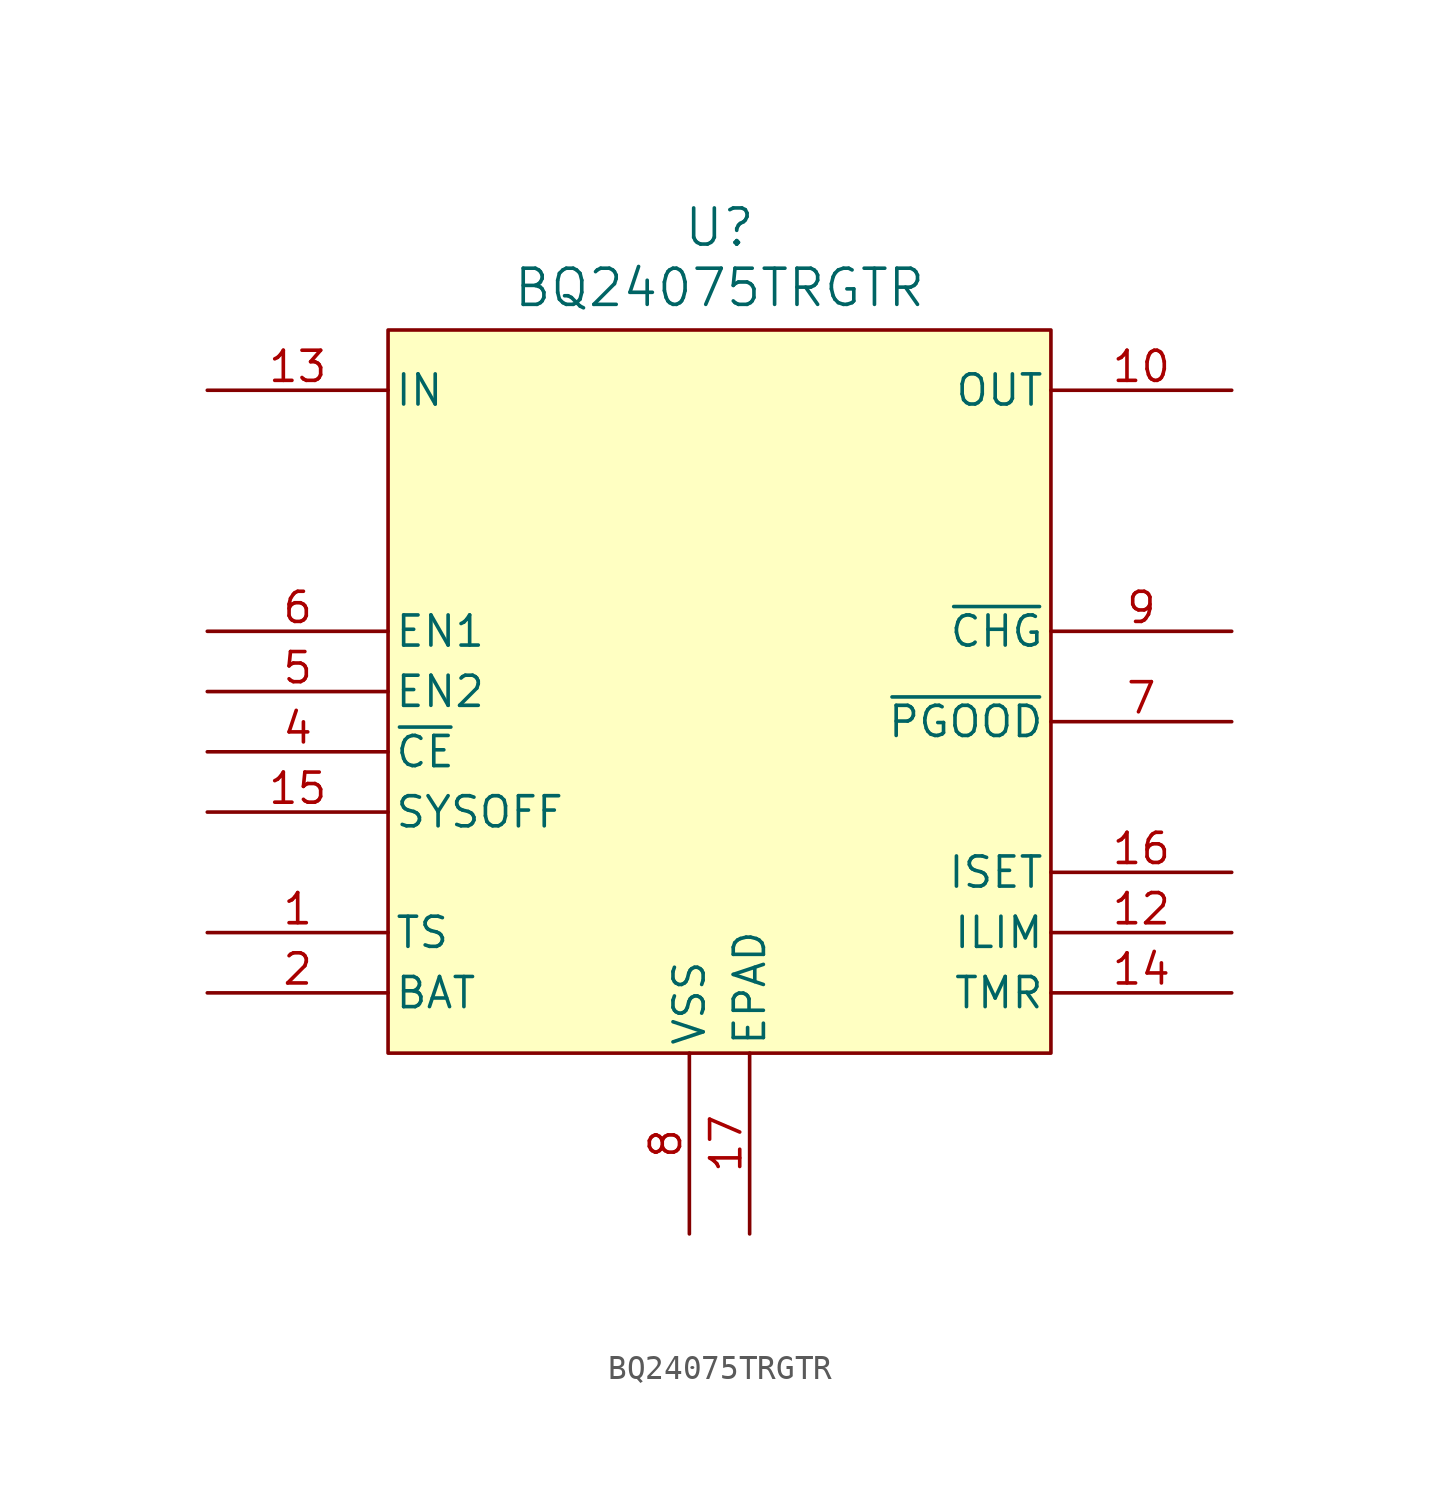
<source format=kicad_sym>
(kicad_symbol_lib
  (version 20231120)
  (generator "kicad_symbol_editor")
  (generator_version "8.0")
  (symbol "BQ24075TRGTR"
    (pin_names
      (offset 0.254))
    (property "Reference" "U"
      (at 0 17.018 0)
      (effects (font (size 1.524 1.524))))
    (property "Value" "BQ24075TRGTR"
      (at 0 14.478 0)
      (effects (font (size 1.524 1.524))))
    (property "ki_locked" ""
      (at 0 0 0)
      (effects (font (size 1.27 1.27))))
    (symbol "BQ24075TRGTR_0_1"
      (pin bidirectional line (at -21.59 -12.7 0) (length 7.62) (name "TS" (effects (font (size 1.27 1.27)))) (number "1" (effects (font (size 1.27 1.27)))))
      (pin output line (at 21.59 10.16 180) (length 7.62) (name "OUT" (effects (font (size 1.27 1.27)))) (number "10" (effects (font (size 1.27 1.27)))))
      (pin output line (at 21.59 -12.7 180) (length 7.62) (name "ILIM" (effects (font (size 1.27 1.27)))) (number "12" (effects (font (size 1.27 1.27)))))
      (pin input line (at -21.59 10.16 0) (length 7.62) (name "IN" (effects (font (size 1.27 1.27)))) (number "13" (effects (font (size 1.27 1.27)))))
      (pin input line (at 21.59 -15.24 180) (length 7.62) (name "TMR" (effects (font (size 1.27 1.27)))) (number "14" (effects (font (size 1.27 1.27)))))
      (pin input line (at -21.59 -7.62 0) (length 7.62) (name "SYSOFF" (effects (font (size 1.27 1.27)))) (number "15" (effects (font (size 1.27 1.27)))))
      (pin bidirectional line (at 21.59 -10.16 180) (length 7.62) (name "ISET" (effects (font (size 1.27 1.27)))) (number "16" (effects (font (size 1.27 1.27)))))
      (pin power_in line (at 1.27 -25.4 90) (length 7.62) (name "EPAD" (effects (font (size 1.27 1.27)))) (number "17" (effects (font (size 1.27 1.27)))))
      (pin bidirectional line (at -21.59 -15.24 0) (length 7.62) (name "BAT" (effects (font (size 1.27 1.27)))) (number "2" (effects (font (size 1.27 1.27)))))
      (pin input line (at -21.59 -2.54 0) (length 7.62) (name "EN2" (effects (font (size 1.27 1.27)))) (number "5" (effects (font (size 1.27 1.27)))))
      (pin input line (at -21.59 0 0) (length 7.62) (name "EN1" (effects (font (size 1.27 1.27)))) (number "6" (effects (font (size 1.27 1.27)))))
      (pin power_in line (at -1.27 -25.4 90) (length 7.62) (name "VSS" (effects (font (size 1.27 1.27)))) (number "8" (effects (font (size 1.27 1.27))))))
    (symbol "BQ24075TRGTR_1_1"
      (rectangle (start -13.97 12.7) (end 13.97 -17.78) (stroke (width 0) (type default)) (fill (type background)))
      (pin output line (at 21.59 10.16 180) (length 7.62) hide (name "OUT" (effects (font (size 1.27 1.27)))) (number "11" (effects (font (size 1.27 1.27)))))
      (pin bidirectional line (at -21.59 -15.24 0) (length 7.62) hide (name "BAT" (effects (font (size 1.27 1.27)))) (number "3" (effects (font (size 1.27 1.27)))))
      (pin input line (at -21.59 -5.08 0) (length 7.62) (name "~{CE}" (effects (font (size 1.27 1.27)))) (number "4" (effects (font (size 1.27 1.27)))))
      (pin output line (at 21.59 -3.81 180) (length 7.62) (name "~{PGOOD}" (effects (font (size 1.27 1.27)))) (number "7" (effects (font (size 1.27 1.27)))))
      (pin output line (at 21.59 0 180) (length 7.62) (name "~{CHG}" (effects (font (size 1.27 1.27)))) (number "9" (effects (font (size 1.27 1.27))))))))
</source>
